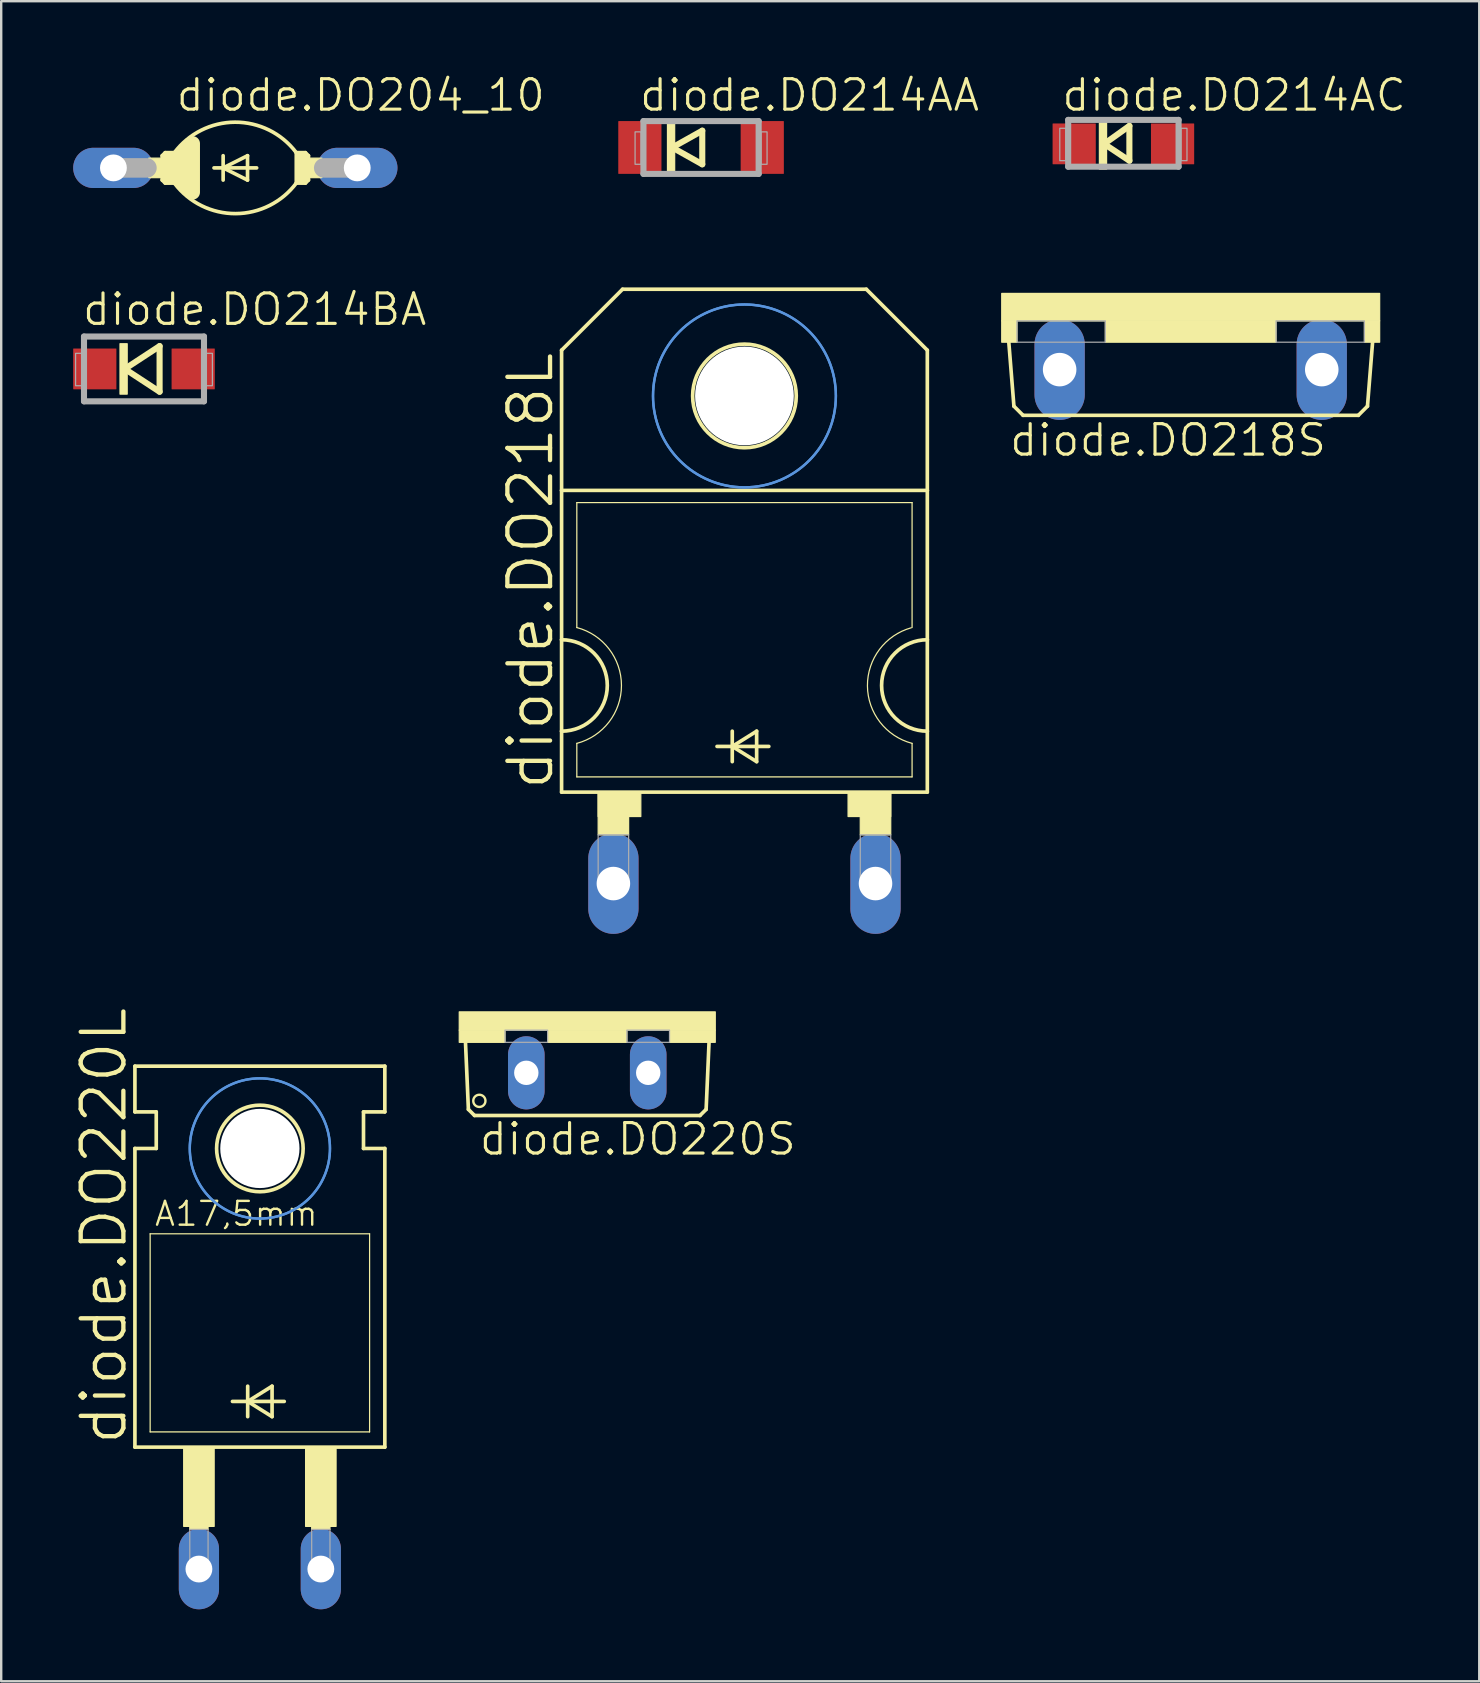
<source format=kicad_pcb>
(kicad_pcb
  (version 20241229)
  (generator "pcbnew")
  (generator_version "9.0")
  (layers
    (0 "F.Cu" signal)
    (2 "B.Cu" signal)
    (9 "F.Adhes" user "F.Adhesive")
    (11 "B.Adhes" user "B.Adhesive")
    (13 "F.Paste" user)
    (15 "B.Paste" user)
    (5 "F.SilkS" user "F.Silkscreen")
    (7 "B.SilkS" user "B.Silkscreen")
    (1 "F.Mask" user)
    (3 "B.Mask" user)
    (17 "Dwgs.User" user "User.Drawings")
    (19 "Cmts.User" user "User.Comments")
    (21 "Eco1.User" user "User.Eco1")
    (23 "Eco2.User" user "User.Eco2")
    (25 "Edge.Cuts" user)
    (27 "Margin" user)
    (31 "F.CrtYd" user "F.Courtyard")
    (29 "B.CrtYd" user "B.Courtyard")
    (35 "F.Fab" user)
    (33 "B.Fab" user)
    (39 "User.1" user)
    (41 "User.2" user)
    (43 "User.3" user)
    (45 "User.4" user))
  (footprint "diode.DO218L"
    (layer "F.Cu")
    (at 27.971 23.608)
    (property "Reference" "diode.DO218L" (at -7.874 6.35 90) (layer "F.SilkS") (effects (font (size 1.778 1.778) (thickness 0.18)) (justify left bottom)))
    (attr through_hole)
    (fp_line (start -7.62 -12.065) (end -7.62 -6.223) (stroke (width 0.152) (type default)) (layer "F.SilkS"))
    (fp_line (start -7.62 -12.065) (end -5.08 -14.605) (stroke (width 0.152) (type default)) (layer "F.SilkS"))
    (fp_line (start -7.62 0) (end -7.62 -6.223) (stroke (width 0.152) (type default)) (layer "F.SilkS"))
    (fp_line (start -7.62 3.81) (end -7.62 0) (stroke (width 0.152) (type default)) (layer "F.SilkS"))
    (fp_line (start -7.62 6.35) (end -7.62 3.81) (stroke (width 0.152) (type default)) (layer "F.SilkS"))
    (fp_line (start -7.62 6.35) (end 7.62 6.35) (stroke (width 0.152) (type default)) (layer "F.SilkS"))
    (fp_line (start -6.985 -0.508) (end -6.985 -5.715) (stroke (width 0.051) (type default)) (layer "F.SilkS"))
    (fp_line (start -6.985 5.715) (end -6.985 4.318) (stroke (width 0.051) (type default)) (layer "F.SilkS"))
    (fp_line (start -6.985 5.715) (end 6.985 5.715) (stroke (width 0.051) (type default)) (layer "F.SilkS"))
    (fp_line (start -1.143 4.445) (end -0.508 4.445) (stroke (width 0.152) (type default)) (layer "F.SilkS"))
    (fp_line (start -0.508 3.81) (end -0.508 4.445) (stroke (width 0.152) (type default)) (layer "F.SilkS"))
    (fp_line (start -0.508 4.445) (end -0.508 5.08) (stroke (width 0.152) (type default)) (layer "F.SilkS"))
    (fp_line (start -0.508 4.445) (end 0.508 3.81) (stroke (width 0.152) (type default)) (layer "F.SilkS"))
    (fp_line (start -0.508 4.445) (end 1.016 4.445) (stroke (width 0.152) (type default)) (layer "F.SilkS"))
    (fp_line (start 0.508 3.81) (end 0.508 5.08) (stroke (width 0.152) (type default)) (layer "F.SilkS"))
    (fp_line (start 0.508 5.08) (end -0.508 4.445) (stroke (width 0.152) (type default)) (layer "F.SilkS"))
    (fp_line (start 5.08 -14.605) (end -5.08 -14.605) (stroke (width 0.152) (type default)) (layer "F.SilkS"))
    (fp_line (start 6.985 -5.715) (end -6.985 -5.715) (stroke (width 0.051) (type default)) (layer "F.SilkS"))
    (fp_line (start 6.985 -0.508) (end 6.985 -5.715) (stroke (width 0.051) (type default)) (layer "F.SilkS"))
    (fp_line (start 6.985 5.715) (end 6.985 4.318) (stroke (width 0.051) (type default)) (layer "F.SilkS"))
    (fp_line (start 7.62 -12.065) (end 5.08 -14.605) (stroke (width 0.152) (type default)) (layer "F.SilkS"))
    (fp_line (start 7.62 -12.065) (end 7.62 -6.223) (stroke (width 0.152) (type default)) (layer "F.SilkS"))
    (fp_line (start 7.62 -6.223) (end -7.62 -6.223) (stroke (width 0.152) (type default)) (layer "F.SilkS"))
    (fp_line (start 7.62 -6.223) (end 7.62 0) (stroke (width 0.152) (type default)) (layer "F.SilkS"))
    (fp_line (start 7.62 0) (end 7.62 3.81) (stroke (width 0.152) (type default)) (layer "F.SilkS"))
    (fp_line (start 7.62 3.81) (end 7.62 6.35) (stroke (width 0.152) (type default)) (layer "F.SilkS"))
    (fp_rect (start -6.096 7.366) (end -4.318 6.35) (stroke (width 0.05) (type default)) (fill yes) (layer "F.SilkS"))
    (fp_rect (start -6.096 8.128) (end -4.826 6.35) (stroke (width 0.05) (type default)) (fill yes) (layer "F.SilkS"))
    (fp_rect (start 4.318 7.366) (end 6.096 6.35) (stroke (width 0.05) (type default)) (fill yes) (layer "F.SilkS"))
    (fp_rect (start 4.826 8.128) (end 6.096 6.35) (stroke (width 0.05) (type default)) (fill yes) (layer "F.SilkS"))
    (fp_arc (start -7.62 0) (mid -5.715 1.905) (end -7.62 3.81) (stroke (width 0.1524) (type default)) (layer "F.SilkS"))
    (fp_arc (start -6.985 -0.508) (mid -5.124846 1.905) (end -6.985 4.318) (stroke (width 0.0508) (type default)) (layer "F.SilkS"))
    (fp_arc (start 6.9851 4.3178) (mid 5.125027 1.921942) (end 6.9522 -0.4991) (stroke (width 0.0508) (type default)) (layer "F.SilkS"))
    (fp_arc (start 7.62 3.81) (mid 5.715 1.905) (end 7.62 0) (stroke (width 0.1524) (type default)) (layer "F.SilkS"))
    (fp_circle (center 0 -10.16) (end 2.159 -10.16) (stroke (width 0.152) (type default)) (fill no) (layer "F.SilkS"))
    (fp_circle (center 0 -10.16) (end 3.81 -10.16) (stroke (width 0.1) (type default)) (fill no) (layer "Cmts.User"))
    (fp_circle (center 0 -10.16) (end 3.81 -10.16) (stroke (width 0.1) (type default)) (fill no) (layer "Cmts.User"))
    (fp_rect (start -6.096 10.16) (end -4.826 8.128) (stroke (width 0.05) (type default)) (fill no) (layer "F.Fab"))
    (fp_rect (start 4.826 10.16) (end 6.096 8.128) (stroke (width 0.05) (type default)) (fill no) (layer "F.Fab"))
    (pad "" np_thru_hole circle (at 0 -10.16) (size 4.115 4.115) (drill 4.115) (layers "*.Cu" "*.Mask"))
    (pad "A" thru_hole oval (at 5.461 10.16 90) (size 4.191 2.095) (drill 1.397) (layers "*.Cu" "*.Mask"))
    (pad "C" thru_hole oval (at -5.461 10.16 90) (size 4.191 2.095) (drill 1.397) (layers "*.Cu" "*.Mask")))
  (footprint "diode.DO218S"
    (layer "F.Cu")
    (at 46.566 9.177)
    (property "Reference" "diode.DO218S" (at -7.62 6.858 0) (layer "F.SilkS") (effects (font (size 1.27 1.27) (thickness 0.13)) (justify left bottom)))
    (attr through_hole)
    (fp_line (start -7.366 4.699) (end -7.62 1.524) (stroke (width 0.152) (type default)) (layer "F.SilkS"))
    (fp_line (start -6.985 5.08) (end -7.366 4.699) (stroke (width 0.152) (type default)) (layer "F.SilkS"))
    (fp_line (start -6.985 5.08) (end 6.985 5.08) (stroke (width 0.152) (type default)) (layer "F.SilkS"))
    (fp_line (start 6.985 5.08) (end 7.366 4.699) (stroke (width 0.152) (type default)) (layer "F.SilkS"))
    (fp_line (start 7.366 4.699) (end 7.62 1.524) (stroke (width 0.152) (type default)) (layer "F.SilkS"))
    (fp_rect (start -7.874 1.143) (end 7.874 0) (stroke (width 0.05) (type default)) (fill yes) (layer "F.SilkS"))
    (fp_rect (start -7.874 2.032) (end -7.239 1.143) (stroke (width 0.05) (type default)) (fill yes) (layer "F.SilkS"))
    (fp_rect (start -3.556 2.032) (end 3.556 1.143) (stroke (width 0.05) (type default)) (fill yes) (layer "F.SilkS"))
    (fp_rect (start 7.239 2.032) (end 7.874 1.143) (stroke (width 0.05) (type default)) (fill yes) (layer "F.SilkS"))
    (fp_rect (start -7.239 2.032) (end -3.556 1.143) (stroke (width 0.05) (type default)) (fill no) (layer "F.Fab"))
    (fp_rect (start 3.556 2.032) (end 7.239 1.143) (stroke (width 0.05) (type default)) (fill no) (layer "F.Fab"))
    (pad "A" thru_hole oval (at 5.461 3.175 90) (size 4.191 2.095) (drill 1.397) (layers "*.Cu" "*.Mask"))
    (pad "C" thru_hole oval (at -5.461 3.175 90) (size 4.191 2.095) (drill 1.397) (layers "*.Cu" "*.Mask")))
  (footprint "diode.DO214AC"
    (layer "F.Cu")
    (at 43.761 2.946)
    (property "Reference" "diode.DO214AC" (at -2.64 -1.286 0) (layer "F.SilkS") (effects (font (size 1.27 1.27) (thickness 0.13)) (justify left bottom)))
    (attr smd)
    (fp_line (start -0.8 0) (end 0.25 -0.75) (stroke (width 0.254) (type default)) (layer "F.SilkS"))
    (fp_line (start 0.25 -0.75) (end 0.25 0.7) (stroke (width 0.254) (type default)) (layer "F.SilkS"))
    (fp_line (start 0.25 0.7) (end -0.8 0) (stroke (width 0.254) (type default)) (layer "F.SilkS"))
    (fp_rect (start -1 1.05) (end -0.7 -1.05) (stroke (width 0.05) (type default)) (fill yes) (layer "F.SilkS"))
    (fp_line (start -2.3 -1) (end 2.3 -1) (stroke (width 0.254) (type default)) (layer "F.Fab"))
    (fp_line (start -2.3 0.95) (end -2.3 -1) (stroke (width 0.254) (type default)) (layer "F.Fab"))
    (fp_line (start 2.3 -1) (end 2.3 0.95) (stroke (width 0.254) (type default)) (layer "F.Fab"))
    (fp_line (start 2.3 0.95) (end -2.3 0.95) (stroke (width 0.254) (type default)) (layer "F.Fab"))
    (fp_rect (start -2.65 0.7) (end -2.4 -0.65) (stroke (width 0.05) (type default)) (fill no) (layer "F.Fab"))
    (fp_rect (start 2.4 0.7) (end 2.65 -0.65) (stroke (width 0.05) (type default)) (fill no) (layer "F.Fab"))
    (pad "A" smd roundrect (at 2.05 0) (size 1.8 1.7) (layers "F.Cu" "F.Mask" "F.Paste") (roundrect_rratio 0.01))
    (pad "C" smd roundrect (at -2.05 0) (size 1.8 1.7) (layers "F.Cu" "F.Mask" "F.Paste") (roundrect_rratio 0.01)))
  (footprint "diode.DO214BA"
    (layer "F.Cu")
    (at 2.95 12.323)
    (property "Reference" "diode.DO214BA" (at -2.64 -1.736 0) (layer "F.SilkS") (effects (font (size 1.27 1.27) (thickness 0.13)) (justify left bottom)))
    (attr smd)
    (fp_line (start -0.8 0) (end 0.65 -0.95) (stroke (width 0.254) (type default)) (layer "F.SilkS"))
    (fp_line (start 0.65 -0.95) (end 0.65 0.95) (stroke (width 0.254) (type default)) (layer "F.SilkS"))
    (fp_line (start 0.65 0.95) (end -0.8 0) (stroke (width 0.254) (type default)) (layer "F.SilkS"))
    (fp_rect (start -1 1.05) (end -0.7 -1.05) (stroke (width 0.05) (type default)) (fill yes) (layer "F.SilkS"))
    (fp_line (start -2.5 -1.35) (end 2.5 -1.35) (stroke (width 0.254) (type default)) (layer "F.Fab"))
    (fp_line (start -2.5 1.35) (end -2.5 -1.35) (stroke (width 0.254) (type default)) (layer "F.Fab"))
    (fp_line (start 2.5 -1.35) (end 2.5 1.35) (stroke (width 0.254) (type default)) (layer "F.Fab"))
    (fp_line (start 2.5 1.35) (end -2.5 1.35) (stroke (width 0.254) (type default)) (layer "F.Fab"))
    (fp_rect (start -2.85 0.7) (end -2.6 -0.65) (stroke (width 0.05) (type default)) (fill no) (layer "F.Fab"))
    (fp_rect (start 2.6 0.7) (end 2.85 -0.65) (stroke (width 0.05) (type default)) (fill no) (layer "F.Fab"))
    (pad "A" smd roundrect (at 2.05 0) (size 1.8 1.7) (layers "F.Cu" "F.Mask" "F.Paste") (roundrect_rratio 0.01))
    (pad "C" smd roundrect (at -2.05 0) (size 1.8 1.7) (layers "F.Cu" "F.Mask" "F.Paste") (roundrect_rratio 0.01)))
  (footprint "diode.DO214AA"
    (layer "F.Cu")
    (at 26.163 3.096)
    (property "Reference" "diode.DO214AA" (at -2.64 -1.436 0) (layer "F.SilkS") (effects (font (size 1.27 1.27) (thickness 0.13)) (justify left bottom)))
    (attr smd)
    (fp_line (start -1.2 0) (end 0.05 -0.7) (stroke (width 0.254) (type default)) (layer "F.SilkS"))
    (fp_line (start 0.05 -0.7) (end 0.05 0.7) (stroke (width 0.254) (type default)) (layer "F.SilkS"))
    (fp_line (start 0.05 0.7) (end -1.2 0) (stroke (width 0.254) (type default)) (layer "F.SilkS"))
    (fp_rect (start -1.4 1.05) (end -1.1 -1.05) (stroke (width 0.05) (type default)) (fill yes) (layer "F.SilkS"))
    (fp_line (start -2.4 -1.1) (end 2.4 -1.1) (stroke (width 0.254) (type default)) (layer "F.Fab"))
    (fp_line (start -2.4 1.1) (end -2.4 -1.1) (stroke (width 0.254) (type default)) (layer "F.Fab"))
    (fp_line (start 2.4 -1.1) (end 2.4 1.1) (stroke (width 0.254) (type default)) (layer "F.Fab"))
    (fp_line (start 2.4 1.1) (end -2.4 1.1) (stroke (width 0.254) (type default)) (layer "F.Fab"))
    (fp_rect (start -2.75 0.7) (end -2.5 -0.65) (stroke (width 0.05) (type default)) (fill no) (layer "F.Fab"))
    (fp_rect (start 2.5 0.7) (end 2.75 -0.65) (stroke (width 0.05) (type default)) (fill no) (layer "F.Fab"))
    (pad "A" smd roundrect (at 2.55 0) (size 1.8 2.2) (layers "F.Cu" "F.Mask" "F.Paste") (roundrect_rratio 0.01))
    (pad "C" smd roundrect (at -2.55 0) (size 1.8 2.2) (layers "F.Cu" "F.Mask" "F.Paste") (roundrect_rratio 0.01)))
  (footprint "diode.DO220S"
    (layer "F.Cu")
    (at 21.421 39.114)
    (property "Reference" "diode.DO220S" (at -4.572 6.045 0) (layer "F.SilkS") (effects (font (size 1.27 1.27) (thickness 0.13)) (justify left bottom)))
    (attr through_hole)
    (fp_line (start -4.953 4.064) (end -5.08 1.143) (stroke (width 0.152) (type default)) (layer "F.SilkS"))
    (fp_line (start -4.953 4.064) (end -4.699 4.318) (stroke (width 0.152) (type default)) (layer "F.SilkS"))
    (fp_line (start 4.699 4.318) (end -4.699 4.318) (stroke (width 0.152) (type default)) (layer "F.SilkS"))
    (fp_line (start 4.699 4.318) (end 4.953 4.064) (stroke (width 0.152) (type default)) (layer "F.SilkS"))
    (fp_line (start 5.08 1.143) (end 4.953 4.064) (stroke (width 0.152) (type default)) (layer "F.SilkS"))
    (fp_rect (start -5.334 0.762) (end 5.334 0) (stroke (width 0.05) (type default)) (fill yes) (layer "F.SilkS"))
    (fp_rect (start -5.334 1.27) (end -3.429 0.762) (stroke (width 0.05) (type default)) (fill yes) (layer "F.SilkS"))
    (fp_rect (start -1.651 1.27) (end 1.651 0.762) (stroke (width 0.05) (type default)) (fill yes) (layer "F.SilkS"))
    (fp_rect (start 3.429 1.27) (end 5.334 0.762) (stroke (width 0.05) (type default)) (fill yes) (layer "F.SilkS"))
    (fp_circle (center -4.496 3.708) (end -4.242 3.708) (stroke (width 0.1) (type default)) (fill no) (layer "F.SilkS"))
    (fp_rect (start -3.429 1.27) (end -1.651 0.762) (stroke (width 0.05) (type default)) (fill no) (layer "F.Fab"))
    (fp_rect (start 1.651 1.27) (end 3.429 0.762) (stroke (width 0.05) (type default)) (fill no) (layer "F.Fab"))
    (pad "A" thru_hole oval (at 2.54 2.54 90) (size 3.048 1.524) (drill 1.016) (layers "*.Cu" "*.Mask"))
    (pad "C" thru_hole oval (at -2.54 2.54 90) (size 3.048 1.524) (drill 1.016) (layers "*.Cu" "*.Mask")))
  (footprint "diode.DO220L"
    (layer "F.Cu")
    (at 7.779 55.982)
    (property "Reference" "diode.DO220L" (at -5.461 1.27 90) (layer "F.SilkS") (effects (font (size 1.778 1.778) (thickness 0.18)) (justify left bottom)))
    (attr through_hole)
    (fp_line (start -5.207 -12.7) (end -5.207 -14.605) (stroke (width 0.152) (type default)) (layer "F.SilkS"))
    (fp_line (start -5.207 -11.176) (end -4.318 -11.176) (stroke (width 0.152) (type default)) (layer "F.SilkS"))
    (fp_line (start -5.207 1.27) (end -5.207 -11.176) (stroke (width 0.152) (type default)) (layer "F.SilkS"))
    (fp_line (start -5.207 1.27) (end 5.207 1.27) (stroke (width 0.152) (type default)) (layer "F.SilkS"))
    (fp_line (start -4.572 0.635) (end -4.572 -7.62) (stroke (width 0.051) (type default)) (layer "F.SilkS"))
    (fp_line (start -4.572 0.635) (end 4.572 0.635) (stroke (width 0.051) (type default)) (layer "F.SilkS"))
    (fp_line (start -4.318 -12.7) (end -5.207 -12.7) (stroke (width 0.152) (type default)) (layer "F.SilkS"))
    (fp_line (start -4.318 -11.176) (end -4.318 -12.7) (stroke (width 0.152) (type default)) (layer "F.SilkS"))
    (fp_line (start -1.143 -0.635) (end -0.508 -0.635) (stroke (width 0.152) (type default)) (layer "F.SilkS"))
    (fp_line (start -0.508 -1.27) (end -0.508 -0.635) (stroke (width 0.152) (type default)) (layer "F.SilkS"))
    (fp_line (start -0.508 -0.635) (end -0.508 0) (stroke (width 0.152) (type default)) (layer "F.SilkS"))
    (fp_line (start -0.508 -0.635) (end 0.508 -1.27) (stroke (width 0.152) (type default)) (layer "F.SilkS"))
    (fp_line (start -0.508 -0.635) (end 1.016 -0.635) (stroke (width 0.152) (type default)) (layer "F.SilkS"))
    (fp_line (start 0.508 -1.27) (end 0.508 0) (stroke (width 0.152) (type default)) (layer "F.SilkS"))
    (fp_line (start 0.508 0) (end -0.508 -0.635) (stroke (width 0.152) (type default)) (layer "F.SilkS"))
    (fp_line (start 4.318 -12.7) (end 5.207 -12.7) (stroke (width 0.152) (type default)) (layer "F.SilkS"))
    (fp_line (start 4.318 -11.176) (end 4.318 -12.7) (stroke (width 0.152) (type default)) (layer "F.SilkS"))
    (fp_line (start 4.572 -7.62) (end -4.572 -7.62) (stroke (width 0.051) (type default)) (layer "F.SilkS"))
    (fp_line (start 4.572 -7.62) (end 4.572 0.635) (stroke (width 0.051) (type default)) (layer "F.SilkS"))
    (fp_line (start 5.207 -14.605) (end -5.207 -14.605) (stroke (width 0.152) (type default)) (layer "F.SilkS"))
    (fp_line (start 5.207 -12.7) (end 5.207 -14.605) (stroke (width 0.152) (type default)) (layer "F.SilkS"))
    (fp_line (start 5.207 -11.176) (end 4.318 -11.176) (stroke (width 0.152) (type default)) (layer "F.SilkS"))
    (fp_line (start 5.207 1.27) (end 5.207 -11.176) (stroke (width 0.152) (type default)) (layer "F.SilkS"))
    (fp_rect (start -3.175 4.572) (end -1.905 1.27) (stroke (width 0.05) (type default)) (fill yes) (layer "F.SilkS"))
    (fp_rect (start -2.921 4.699) (end -2.159 4.572) (stroke (width 0.05) (type default)) (fill yes) (layer "F.SilkS"))
    (fp_rect (start 1.905 4.572) (end 3.175 1.27) (stroke (width 0.05) (type default)) (fill yes) (layer "F.SilkS"))
    (fp_rect (start 2.159 4.699) (end 2.921 4.572) (stroke (width 0.05) (type default)) (fill yes) (layer "F.SilkS"))
    (fp_circle (center 0 -11.176) (end 1.803 -11.176) (stroke (width 0.152) (type default)) (fill no) (layer "F.SilkS"))
    (fp_circle (center 0 -11.176) (end 2.921 -11.176) (stroke (width 0.1) (type default)) (fill no) (layer "Cmts.User"))
    (fp_circle (center 0 -11.176) (end 2.921 -11.176) (stroke (width 0.1) (type default)) (fill no) (layer "Cmts.User"))
    (fp_rect (start -2.921 6.35) (end -2.159 4.699) (stroke (width 0.05) (type default)) (fill no) (layer "F.Fab"))
    (fp_rect (start 2.159 6.35) (end 2.921 4.699) (stroke (width 0.05) (type default)) (fill no) (layer "F.Fab"))
    (fp_text user "A17,5mm" (at -4.445 -7.874 0) (layer "F.SilkS") (effects (font (size 0.991 0.991) (thickness 0.1)) (justify left bottom)))
    (pad "" np_thru_hole circle (at 0 -11.176) (size 3.302 3.302) (drill 3.302) (layers "*.Cu" "*.Mask"))
    (pad "A" thru_hole oval (at 2.54 6.35 90) (size 3.353 1.676) (drill 1.118) (layers "*.Cu" "*.Mask"))
    (pad "C" thru_hole oval (at -2.54 6.35 90) (size 3.353 1.676) (drill 1.118) (layers "*.Cu" "*.Mask")))
  (footprint "diode.DO204_10"
    (layer "F.Cu")
    (at 6.756 3.946)
    (property "Reference" "diode.DO204_10" (at -2.54 -2.286 0) (layer "F.SilkS") (effects (font (size 1.27 1.27) (thickness 0.13)) (justify left bottom)))
    (attr through_hole)
    (fp_line (start -3.048 -0.508) (end -2.921 -0.635) (stroke (width 0.152) (type default)) (layer "F.SilkS"))
    (fp_line (start -3.048 0.508) (end -3.048 -0.508) (stroke (width 0.152) (type default)) (layer "F.SilkS"))
    (fp_line (start -3.048 0.508) (end -2.921 0.635) (stroke (width 0.152) (type default)) (layer "F.SilkS"))
    (fp_line (start -2.794 -0.381) (end -2.794 0.381) (stroke (width 0.61) (type default)) (layer "F.SilkS"))
    (fp_line (start -2.54 -0.635) (end -2.921 -0.635) (stroke (width 0.152) (type default)) (layer "F.SilkS"))
    (fp_line (start -2.54 -0.635) (end -2.54 0.635) (stroke (width 0.152) (type default)) (layer "F.SilkS"))
    (fp_line (start -2.54 0.635) (end -2.921 0.635) (stroke (width 0.152) (type default)) (layer "F.SilkS"))
    (fp_line (start -2.286 -0.508) (end -2.286 0.508) (stroke (width 0.61) (type default)) (layer "F.SilkS"))
    (fp_line (start -2.286 -0.508) (end -2.032 -0.762) (stroke (width 0.61) (type default)) (layer "F.SilkS"))
    (fp_line (start -2.032 0.762) (end -2.286 0.508) (stroke (width 0.61) (type default)) (layer "F.SilkS"))
    (fp_line (start -1.778 -1.016) (end -1.778 1.016) (stroke (width 0.61) (type default)) (layer "F.SilkS"))
    (fp_line (start -0.889 0) (end -0.508 0) (stroke (width 0.152) (type default)) (layer "F.SilkS"))
    (fp_line (start -0.508 -0.508) (end -0.508 0) (stroke (width 0.152) (type default)) (layer "F.SilkS"))
    (fp_line (start -0.508 0) (end -0.508 0.508) (stroke (width 0.152) (type default)) (layer "F.SilkS"))
    (fp_line (start -0.508 0) (end 0.508 -0.508) (stroke (width 0.152) (type default)) (layer "F.SilkS"))
    (fp_line (start -0.508 0) (end 0.889 0) (stroke (width 0.152) (type default)) (layer "F.SilkS"))
    (fp_line (start 0.508 -0.508) (end 0.508 0.508) (stroke (width 0.152) (type default)) (layer "F.SilkS"))
    (fp_line (start 0.508 0.508) (end -0.508 0) (stroke (width 0.152) (type default)) (layer "F.SilkS"))
    (fp_line (start 2.54 -0.635) (end 2.54 0.635) (stroke (width 0.152) (type default)) (layer "F.SilkS"))
    (fp_line (start 2.54 -0.635) (end 2.921 -0.635) (stroke (width 0.152) (type default)) (layer "F.SilkS"))
    (fp_line (start 2.54 0.635) (end 2.921 0.635) (stroke (width 0.152) (type default)) (layer "F.SilkS"))
    (fp_line (start 2.794 -0.381) (end 2.794 0.381) (stroke (width 0.61) (type default)) (layer "F.SilkS"))
    (fp_line (start 3.048 -0.508) (end 2.921 -0.635) (stroke (width 0.152) (type default)) (layer "F.SilkS"))
    (fp_line (start 3.048 0.508) (end 2.921 0.635) (stroke (width 0.152) (type default)) (layer "F.SilkS"))
    (fp_line (start 3.048 0.508) (end 3.048 -0.508) (stroke (width 0.152) (type default)) (layer "F.SilkS"))
    (fp_rect (start -3.607 0.406) (end -3.048 -0.406) (stroke (width 0.05) (type default)) (fill yes) (layer "F.SilkS"))
    (fp_rect (start 3.048 0.406) (end 3.607 -0.406) (stroke (width 0.05) (type default)) (fill yes) (layer "F.SilkS"))
    (fp_arc (start -2.54 -0.635) (mid -0.012027 -1.904983) (end 2.5255 -0.6542) (stroke (width 0.1524) (type default)) (layer "F.SilkS"))
    (fp_arc (start 2.54 0.635) (mid 0.012027 1.904983) (end -2.5255 0.6542) (stroke (width 0.1524) (type default)) (layer "F.SilkS"))
    (fp_line (start -5.08 0) (end -3.683 0) (stroke (width 0.813) (type default)) (layer "F.Fab"))
    (fp_line (start 5.08 0) (end 3.683 0) (stroke (width 0.813) (type default)) (layer "F.Fab"))
    (pad "A" thru_hole oval (at 5.08 0) (size 3.353 1.676) (drill 1.118) (layers "*.Cu" "*.Mask"))
    (pad "C" thru_hole oval (at -5.08 0) (size 3.353 1.676) (drill 1.118) (layers "*.Cu" "*.Mask")))
  (gr_rect
    (start -3 -3)
    (end 58.59 67.008)
    (stroke (width 0.1) (type default))
    (fill no)
    (layer "Edge.Cuts")))
</source>
